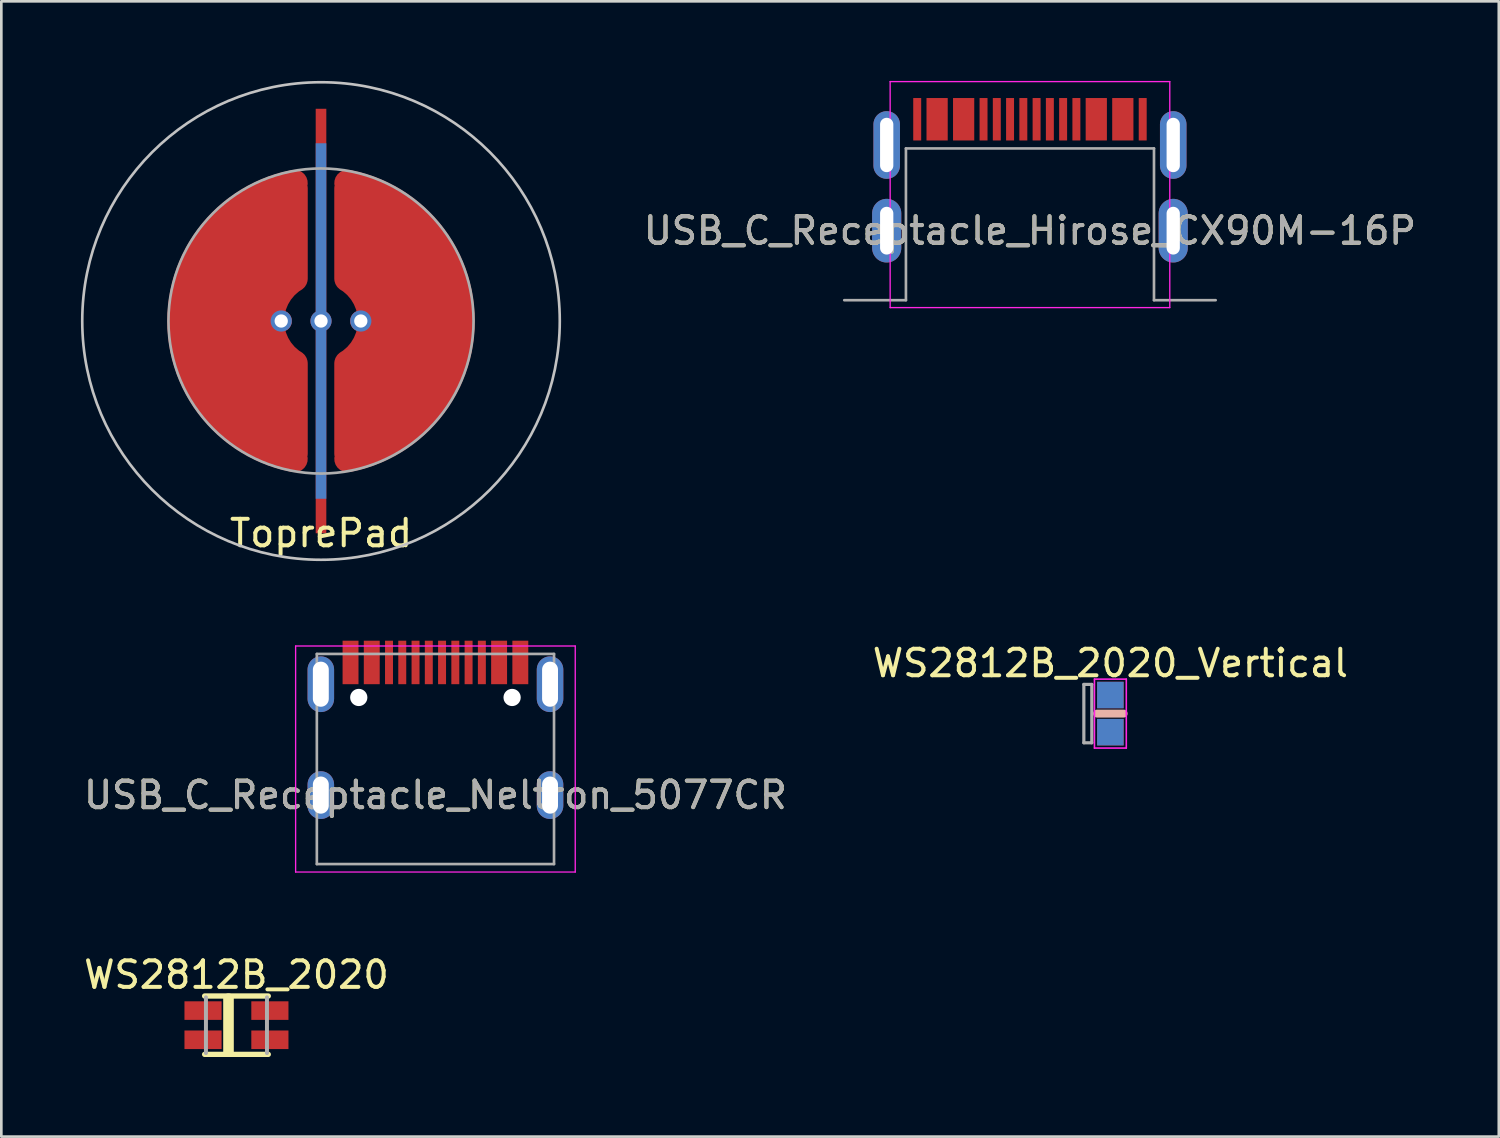
<source format=kicad_pcb>
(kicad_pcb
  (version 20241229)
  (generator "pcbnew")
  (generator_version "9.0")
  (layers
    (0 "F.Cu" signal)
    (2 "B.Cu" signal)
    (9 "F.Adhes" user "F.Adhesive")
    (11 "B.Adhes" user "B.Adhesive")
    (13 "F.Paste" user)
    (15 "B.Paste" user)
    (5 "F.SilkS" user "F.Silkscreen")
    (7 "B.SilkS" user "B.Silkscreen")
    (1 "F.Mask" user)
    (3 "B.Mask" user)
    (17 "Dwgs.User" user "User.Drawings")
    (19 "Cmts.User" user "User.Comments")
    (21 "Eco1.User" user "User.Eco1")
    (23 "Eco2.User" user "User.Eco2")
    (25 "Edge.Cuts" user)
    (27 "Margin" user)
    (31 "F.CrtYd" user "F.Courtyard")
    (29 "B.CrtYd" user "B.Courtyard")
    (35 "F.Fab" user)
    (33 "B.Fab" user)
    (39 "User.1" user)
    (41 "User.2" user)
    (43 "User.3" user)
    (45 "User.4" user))
  (footprint "ToprePad"
    (layer "F.Cu")
    (at 9.05 9.05)
    (property "Reference" "ToprePad" (at 0 8 0) (layer "F.SilkS") (effects (font (size 1 1) (thickness 0.15))))
    (attr through_hole)
    (fp_circle (center 0 0) (end 9 0) (stroke (width 0.1) (type solid)) (fill no) (layer "Dwgs.User"))
    (fp_circle (center 0 0) (end 5.75 0) (stroke (width 0.1) (type solid)) (fill no) (layer "F.Fab"))
    (pad "1" thru_hole circle (at -1.5 0) (size 0.8 0.8) (drill 0.5) (layers "*.Cu"))
    (pad "1" smd custom (at -1.5 0) (size 0.8 0.8) (layers "F.Cu") (options (anchor circle)) (primitives (gr_arc (start -3.7 1) (mid -2.884062 -2.969848) (end 0.5 -5.2) (width 1)) (gr_arc (start -2.8 1) (mid -2.247666 -2.333452) (end 0.5 -4.3) (width 1)) (gr_arc (start -1.9 1) (mid -1.61127 -1.697056) (end 0.5 -3.4) (width 1)) (gr_arc (start -1 1) (mid -0.974874 -1.06066) (end 0.5 -2.5) (width 1)) (gr_arc (start -0.1 1) (mid -0.338478 -0.424264) (end 0.5 -1.6) (width 1)) (gr_line (start 0.5 -5) (end 0.5 -1.6) (width 1)) (gr_arc (start 0.5 5.2) (mid -2.884062 2.969848) (end -3.7 -1) (width 1)) (gr_arc (start 0.5 4.3) (mid -2.247666 2.333452) (end -2.8 -1) (width 1)) (gr_arc (start 0.5 3.4) (mid -1.61127 1.697056) (end -1.9 -1) (width 1)) (gr_arc (start 0.5 2.5) (mid -0.974874 1.06066) (end -1 -1) (width 1)) (gr_arc (start 0.5 1.6) (mid -0.338478 0.424264) (end -0.1 -1) (width 1)) (gr_line (start 0.5 5) (end 0.5 1.6) (width 1))))
    (pad "2" thru_hole circle (at 1.5 0) (size 0.8 0.8) (drill 0.5) (layers "*.Cu"))
    (pad "2" smd custom (at 1.5 0 180) (size 0.8 0.8) (layers "F.Cu") (options (anchor circle)) (primitives (gr_arc (start -3.7 1) (mid -2.884062 -2.969848) (end 0.5 -5.2) (width 1)) (gr_arc (start -2.8 1) (mid -2.247666 -2.333452) (end 0.5 -4.3) (width 1)) (gr_arc (start -1.9 1) (mid -1.61127 -1.697056) (end 0.5 -3.4) (width 1)) (gr_arc (start -1 1) (mid -0.974874 -1.06066) (end 0.5 -2.5) (width 1)) (gr_arc (start -0.1 1) (mid -0.338478 -0.424264) (end 0.5 -1.6) (width 1)) (gr_line (start 0.5 -5) (end 0.5 -1.6) (width 1)) (gr_arc (start 0.5 5.2) (mid -2.884062 2.969848) (end -3.7 -1) (width 1)) (gr_arc (start 0.5 4.3) (mid -2.247666 2.333452) (end -2.8 -1) (width 1)) (gr_arc (start 0.5 3.4) (mid -1.61127 1.697056) (end -1.9 -1) (width 1)) (gr_arc (start 0.5 2.5) (mid -0.974874 1.06066) (end -1 -1) (width 1)) (gr_arc (start 0.5 1.6) (mid -0.338478 0.424264) (end -0.1 -1) (width 1)) (gr_line (start 0.5 5) (end 0.5 1.6) (width 1))))
    (pad "3" smd rect (at 0 0) (size 0.4 13.4) (layers "B.Cu"))
    (pad "3" smd rect (at 0 0) (size 0.4 16) (layers "F.Cu"))
    (pad "3" thru_hole circle (at 0 0) (size 0.8 0.8) (drill 0.5) (layers "*.Cu")))
  (footprint "WS2812B_2020"
    (layer "F.Cu")
    (at 5.863 35.593)
    (property "Reference" "WS2812B_2020" (at 0 -1.9 0) (layer "F.SilkS") (effects (font (size 1 1) (thickness 0.15))))
    (attr through_hole)
    (fp_line (start -1.2 -1.1) (end 1.2 -1.1) (stroke (width 0.2) (type solid)) (layer "F.SilkS"))
    (fp_line (start -0.3 -1) (end -0.3 1) (stroke (width 0.4) (type solid)) (layer "F.SilkS"))
    (fp_line (start 1.2 1.1) (end -1.2 1.1) (stroke (width 0.2) (type solid)) (layer "F.SilkS"))
    (fp_line (start -1.15 -1.05) (end -1.15 1.05) (stroke (width 0.15) (type solid)) (layer "F.Fab"))
    (fp_line (start 1.15 -1.05) (end 1.15 1.05) (stroke (width 0.15) (type solid)) (layer "F.Fab"))
    (pad "1" smd rect (at -1.26 -0.55) (size 1.4 0.7) (layers "F.Cu" "F.Mask" "F.Paste"))
    (pad "2" smd rect (at -1.26 0.55) (size 1.4 0.7) (layers "F.Cu" "F.Mask" "F.Paste"))
    (pad "3" smd rect (at 1.26 0.55) (size 1.4 0.7) (layers "F.Cu" "F.Mask" "F.Paste"))
    (pad "4" smd rect (at 1.26 -0.55) (size 1.4 0.7) (layers "F.Cu" "F.Mask" "F.Paste")))
  (footprint "USB_C_Receptacle_Neltron_5077CR"
    (layer "F.Cu")
    (at 13.363 26.92)
    (property "Reference" "USB_C_Receptacle_Neltron_5077CR" (at 0 0 0) (layer "F.SilkS") (effects (font (size 1 1) (thickness 0.15))))
    (attr smd)
    (fp_line (start -5.27 -5.62) (end -5.27 2.9) (stroke (width 0.05) (type solid)) (layer "F.CrtYd"))
    (fp_line (start -5.27 2.9) (end 5.27 2.9) (stroke (width 0.05) (type solid)) (layer "F.CrtYd"))
    (fp_line (start 5.27 -5.62) (end -5.27 -5.62) (stroke (width 0.05) (type solid)) (layer "F.CrtYd"))
    (fp_line (start 5.27 2.9) (end 5.27 -5.62) (stroke (width 0.05) (type solid)) (layer "F.CrtYd"))
    (fp_line (start -4.47 -5.32) (end -4.47 2.6) (stroke (width 0.1) (type solid)) (layer "F.Fab"))
    (fp_line (start -4.47 -5.32) (end 4.47 -5.32) (stroke (width 0.1) (type solid)) (layer "F.Fab"))
    (fp_line (start 4.47 -5.32) (end 4.47 2.6) (stroke (width 0.1) (type solid)) (layer "F.Fab"))
    (fp_line (start 4.47 2.6) (end -4.47 2.6) (stroke (width 0.1) (type solid)) (layer "F.Fab"))
    (fp_text user "${REFERENCE}" (at 0 0 0) (layer "F.Fab") (effects (font (size 1 1) (thickness 0.15))))
    (pad "" np_thru_hole circle (at -2.89 -3.68 180) (size 0.65 0.65) (drill 0.65) (layers "*.Cu" "*.Mask"))
    (pad "" np_thru_hole circle (at 2.89 -3.68 180) (size 0.65 0.65) (drill 0.65) (layers "*.Cu" "*.Mask"))
    (pad "A1" smd rect (at -3.2 -5) (size 0.6 1.64) (layers "F.Cu" "F.Mask" "F.Paste"))
    (pad "A4" smd rect (at -2.4 -5) (size 0.6 1.64) (layers "F.Cu" "F.Mask" "F.Paste"))
    (pad "A5" smd rect (at -1.25 -5 180) (size 0.3 1.64) (layers "F.Cu" "F.Mask" "F.Paste"))
    (pad "A6" smd rect (at -0.25 -5 180) (size 0.3 1.64) (layers "F.Cu" "F.Mask" "F.Paste"))
    (pad "A7" smd rect (at 0.25 -5 180) (size 0.3 1.64) (layers "F.Cu" "F.Mask" "F.Paste"))
    (pad "A8" smd rect (at 1.25 -5 180) (size 0.3 1.64) (layers "F.Cu" "F.Mask" "F.Paste"))
    (pad "B1" smd rect (at 3.2 -5) (size 0.6 1.64) (layers "F.Cu" "F.Mask" "F.Paste"))
    (pad "B4" smd rect (at 2.4 -5) (size 0.6 1.64) (layers "F.Cu" "F.Mask" "F.Paste"))
    (pad "B5" smd rect (at 1.75 -5 180) (size 0.3 1.64) (layers "F.Cu" "F.Mask" "F.Paste"))
    (pad "B6" smd rect (at 0.75 -5 180) (size 0.3 1.64) (layers "F.Cu" "F.Mask" "F.Paste"))
    (pad "B7" smd rect (at -0.75 -5 180) (size 0.3 1.64) (layers "F.Cu" "F.Mask" "F.Paste"))
    (pad "B8" smd rect (at -1.75 -5 180) (size 0.3 1.64) (layers "F.Cu" "F.Mask" "F.Paste"))
    (pad "S1" thru_hole oval (at -4.32 -4.18 90) (size 2.1 1) (drill oval 1.7 0.6) (layers "*.Cu" "*.Mask"))
    (pad "S2" thru_hole oval (at 4.32 -4.18 90) (size 2.1 1) (drill oval 1.7 0.6) (layers "*.Cu" "*.Mask"))
    (pad "S3" thru_hole oval (at 4.32 0 90) (size 1.8 1) (drill oval 1.4 0.6) (layers "*.Cu" "*.Mask"))
    (pad "S4" thru_hole oval (at -4.32 0 90) (size 1.8 1) (drill oval 1.4 0.6) (layers "*.Cu" "*.Mask")))
  (footprint "WS2812B_2020_Vertical"
    (layer "F.Cu")
    (at 38.804 23.848)
    (property "Reference" "WS2812B_2020_Vertical" (at 0 -1.9 0) (layer "F.SilkS") (effects (font (size 1 1) (thickness 0.15))))
    (attr through_hole)
    (fp_line (start -0.5 0) (end 0.5 0) (stroke (width 0.3) (type solid)) (layer "B.SilkS"))
    (fp_line (start -0.6 -1.3) (end 0.6 -1.3) (stroke (width 0.06) (type solid)) (layer "F.CrtYd"))
    (fp_line (start -0.6 1.3) (end -0.6 -1.3) (stroke (width 0.06) (type solid)) (layer "F.CrtYd"))
    (fp_line (start 0.6 -1.3) (end 0.6 1.3) (stroke (width 0.06) (type solid)) (layer "F.CrtYd"))
    (fp_line (start 0.6 1.3) (end -0.6 1.3) (stroke (width 0.06) (type solid)) (layer "F.CrtYd"))
    (fp_line (start -1 -1.1) (end -0.7 -1.1) (stroke (width 0.12) (type solid)) (layer "F.Fab"))
    (fp_line (start -1 1.1) (end -1 -1.1) (stroke (width 0.12) (type solid)) (layer "F.Fab"))
    (fp_line (start -0.7 -1.1) (end -0.7 1.1) (stroke (width 0.12) (type solid)) (layer "F.Fab"))
    (fp_line (start -0.7 1.1) (end -1 1.1) (stroke (width 0.12) (type solid)) (layer "F.Fab"))
    (pad "1" smd rect (at 0 -0.7) (size 1 1) (layers "B.Cu" "B.Mask" "B.Paste"))
    (pad "2" smd rect (at 0 0.7) (size 1 1) (layers "B.Cu" "B.Mask" "B.Paste"))
    (pad "3" smd rect (at 0 0.7) (size 1 1) (layers "F.Cu" "F.Mask" "F.Paste"))
    (pad "4" smd rect (at 0 -0.7) (size 1 1) (layers "F.Cu" "F.Mask" "F.Paste")))
  (footprint "USB_C_Receptacle_Hirose_CX90M-16P"
    (layer "F.Cu")
    (at 35.773 5.645)
    (property "Reference" "USB_C_Receptacle_Hirose_CX90M-16P" (at 0 0 0) (layer "F.SilkS") (effects (font (size 1 1) (thickness 0.15))))
    (attr smd)
    (fp_line (start -5.27 -5.62) (end -5.27 2.9) (stroke (width 0.05) (type solid)) (layer "F.CrtYd"))
    (fp_line (start -5.27 2.9) (end 5.27 2.9) (stroke (width 0.05) (type solid)) (layer "F.CrtYd"))
    (fp_line (start 5.27 -5.62) (end -5.27 -5.62) (stroke (width 0.05) (type solid)) (layer "F.CrtYd"))
    (fp_line (start 5.27 2.9) (end 5.27 -5.62) (stroke (width 0.05) (type solid)) (layer "F.CrtYd"))
    (fp_line (start -7 2.62) (end -4.675 2.62) (stroke (width 0.1) (type solid)) (layer "F.Fab"))
    (fp_line (start -4.675 -3.1) (end -4.675 2.62) (stroke (width 0.1) (type solid)) (layer "F.Fab"))
    (fp_line (start 4.675 -3.1) (end -4.675 -3.1) (stroke (width 0.1) (type solid)) (layer "F.Fab"))
    (fp_line (start 4.675 -3.1) (end 4.675 2.62) (stroke (width 0.1) (type solid)) (layer "F.Fab"))
    (fp_line (start 4.675 2.62) (end 7 2.62) (stroke (width 0.1) (type solid)) (layer "F.Fab"))
    (fp_text user "${REFERENCE}" (at 0 0 0) (layer "F.Fab") (effects (font (size 1 1) (thickness 0.15))))
    (pad "A1" smd rect (at -3.5 -4.2) (size 0.8 1.6) (layers "F.Cu" "F.Mask" "F.Paste"))
    (pad "A4" smd rect (at -2.5 -4.2) (size 0.8 1.6) (layers "F.Cu" "F.Mask" "F.Paste"))
    (pad "A5" smd rect (at -1.75 -4.2) (size 0.3 1.6) (layers "F.Cu" "F.Mask" "F.Paste"))
    (pad "A6" smd rect (at -0.75 -4.2) (size 0.3 1.6) (layers "F.Cu" "F.Mask" "F.Paste"))
    (pad "A7" smd rect (at 0.75 -4.2) (size 0.3 1.6) (layers "F.Cu" "F.Mask" "F.Paste"))
    (pad "A8" smd rect (at 1.75 -4.2) (size 0.3 1.6) (layers "F.Cu" "F.Mask" "F.Paste"))
    (pad "B1" smd rect (at 3.5 -4.2) (size 0.8 1.6) (layers "F.Cu" "F.Mask" "F.Paste"))
    (pad "B4" smd rect (at 2.5 -4.2) (size 0.8 1.6) (layers "F.Cu" "F.Mask" "F.Paste"))
    (pad "B5" smd rect (at 1.25 -4.2) (size 0.3 1.6) (layers "F.Cu" "F.Mask" "F.Paste"))
    (pad "B6" smd rect (at 0.25 -4.2) (size 0.3 1.6) (layers "F.Cu" "F.Mask" "F.Paste"))
    (pad "B7" smd rect (at -0.25 -4.2) (size 0.3 1.6) (layers "F.Cu" "F.Mask" "F.Paste"))
    (pad "B8" smd rect (at -1.25 -4.2) (size 0.3 1.6) (layers "F.Cu" "F.Mask" "F.Paste"))
    (pad "MID" smd rect (at -4.25 -4.2) (size 0.3 1.6) (layers "F.Cu" "F.Mask" "F.Paste"))
    (pad "MID" smd rect (at 4.25 -4.2) (size 0.3 1.6) (layers "F.Cu" "F.Mask" "F.Paste"))
    (pad "S1" thru_hole oval (at -5.4 -3.23) (size 1 2.55) (drill oval 0.5 2.05) (layers "*.Cu" "*.Mask"))
    (pad "S2" thru_hole oval (at 5.4 -3.23) (size 1 2.55) (drill oval 0.5 2.05) (layers "*.Cu" "*.Mask"))
    (pad "S3" thru_hole oval (at 5.4 0) (size 1.1 2.4) (drill oval 0.5 1.8) (layers "*.Cu" "*.Mask"))
    (pad "S4" thru_hole oval (at -5.4 0) (size 1.1 2.4) (drill oval 0.5 1.8) (layers "*.Cu" "*.Mask")))
  (gr_rect
    (start -3 -3)
    (end 53.445 39.793)
    (stroke (width 0.1) (type default))
    (fill no)
    (layer "Edge.Cuts")))
</source>
